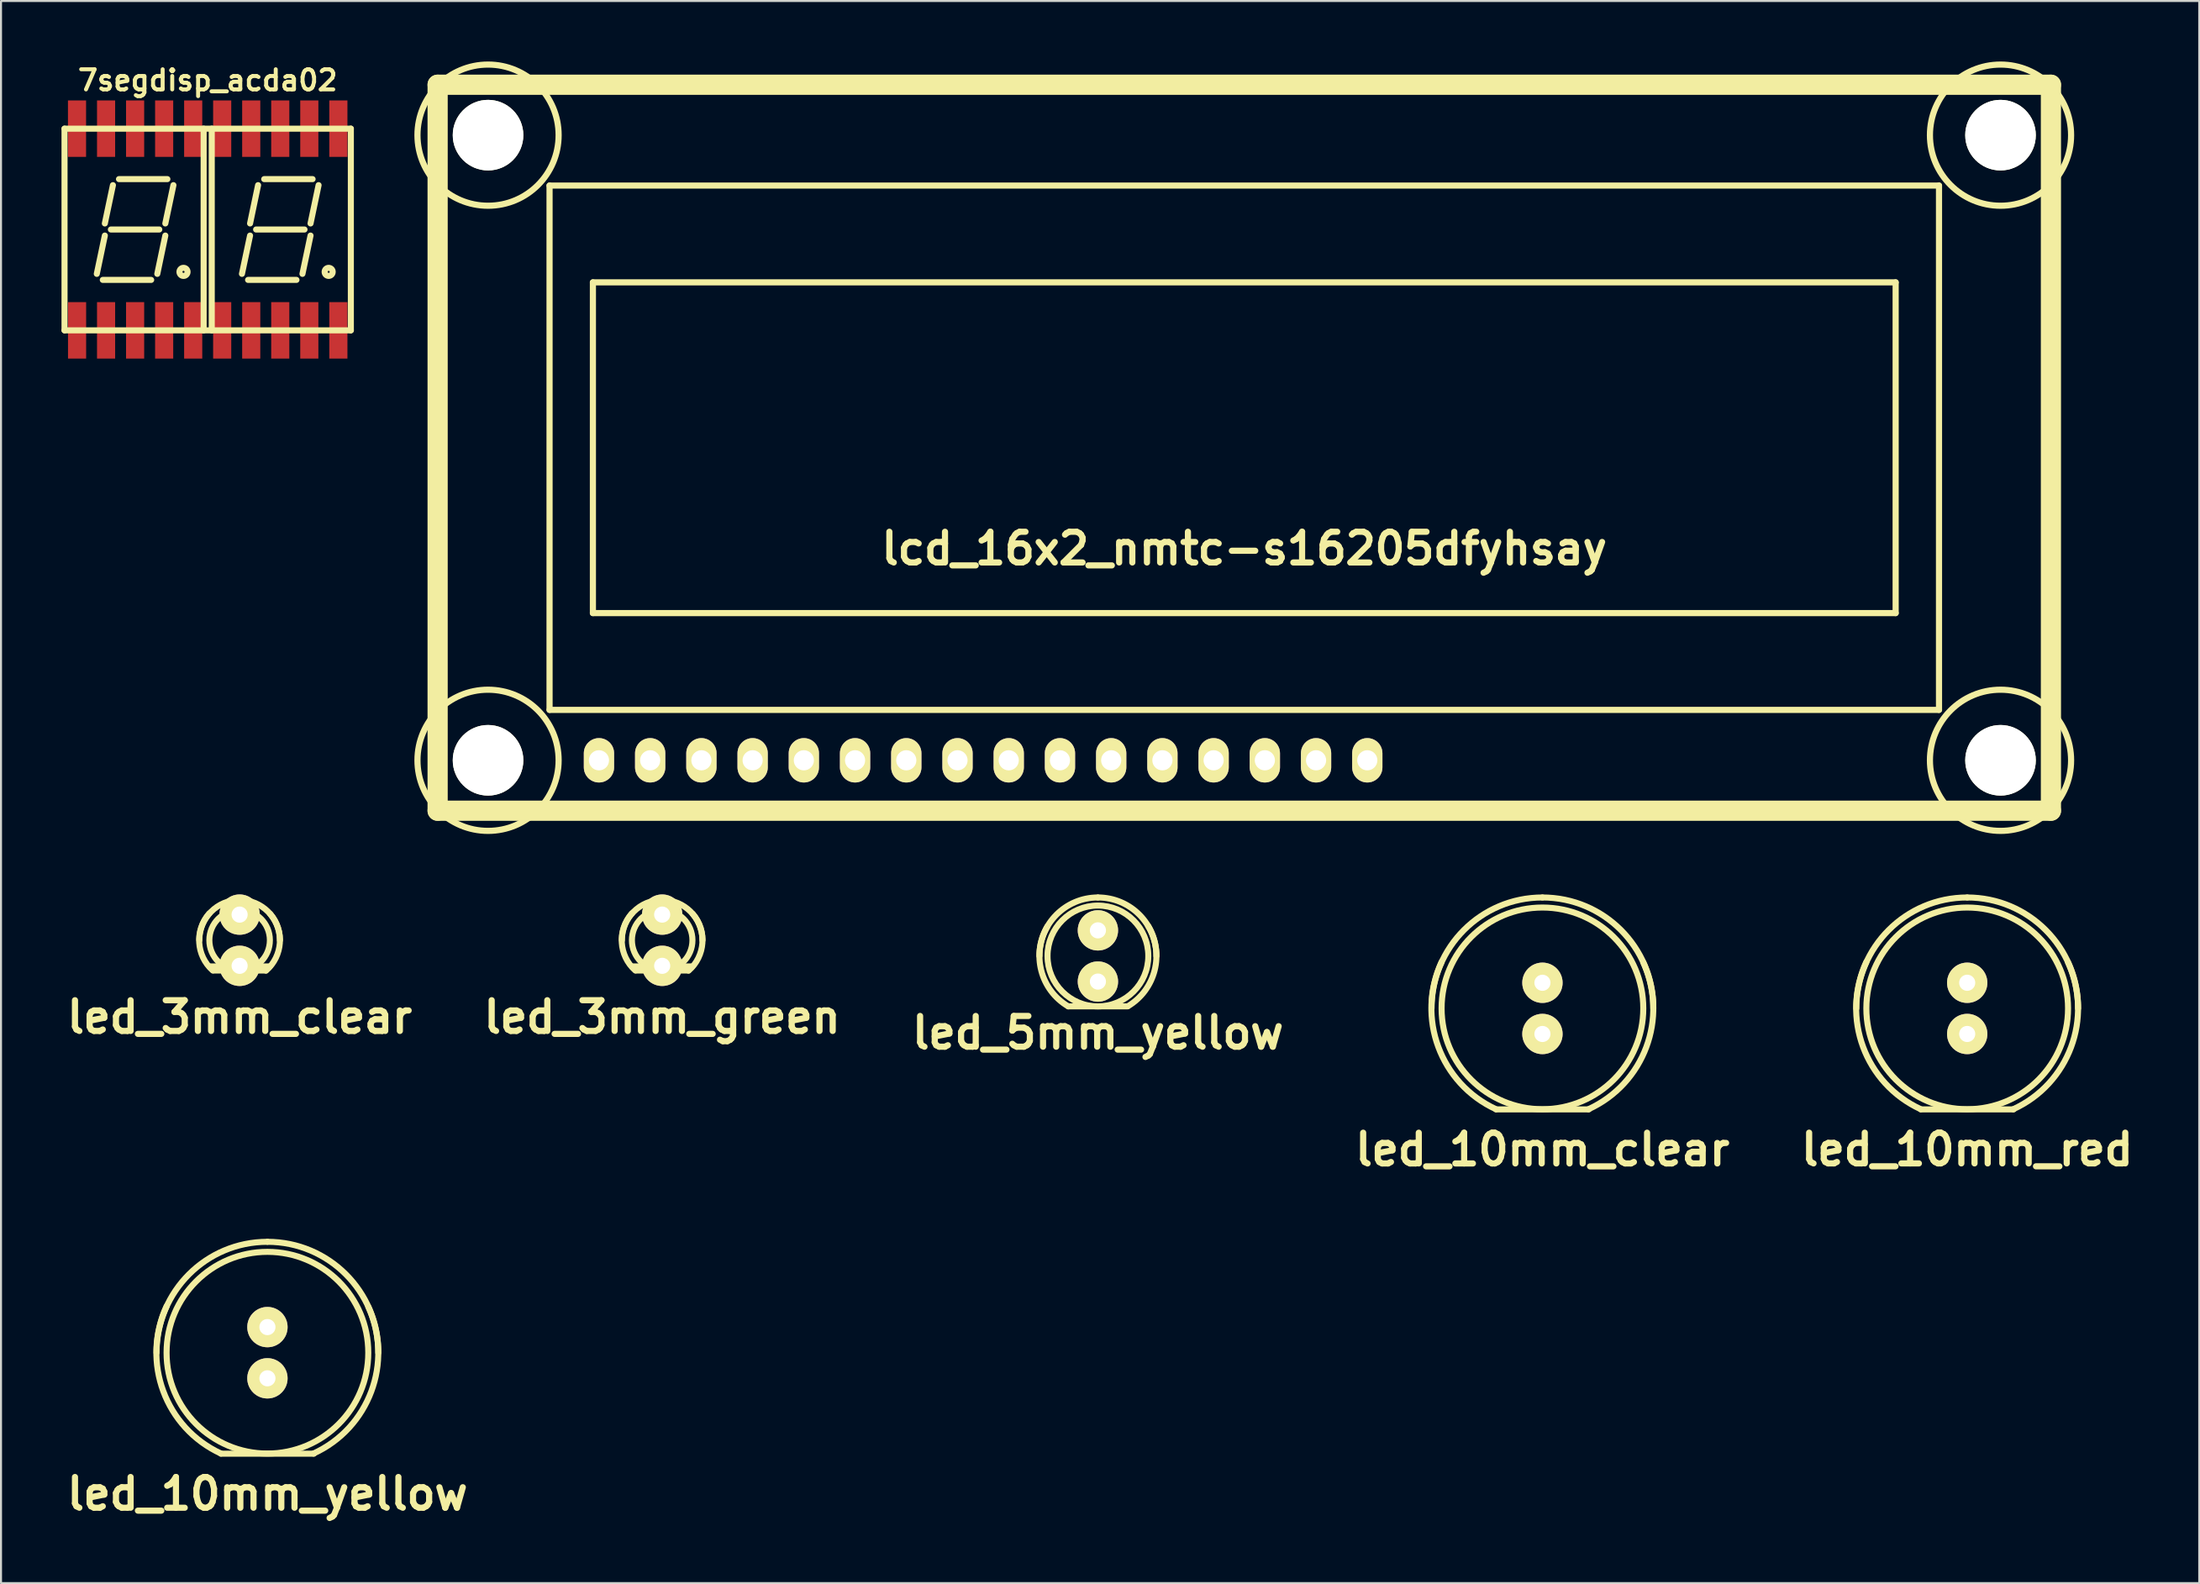
<source format=kicad_pcb>
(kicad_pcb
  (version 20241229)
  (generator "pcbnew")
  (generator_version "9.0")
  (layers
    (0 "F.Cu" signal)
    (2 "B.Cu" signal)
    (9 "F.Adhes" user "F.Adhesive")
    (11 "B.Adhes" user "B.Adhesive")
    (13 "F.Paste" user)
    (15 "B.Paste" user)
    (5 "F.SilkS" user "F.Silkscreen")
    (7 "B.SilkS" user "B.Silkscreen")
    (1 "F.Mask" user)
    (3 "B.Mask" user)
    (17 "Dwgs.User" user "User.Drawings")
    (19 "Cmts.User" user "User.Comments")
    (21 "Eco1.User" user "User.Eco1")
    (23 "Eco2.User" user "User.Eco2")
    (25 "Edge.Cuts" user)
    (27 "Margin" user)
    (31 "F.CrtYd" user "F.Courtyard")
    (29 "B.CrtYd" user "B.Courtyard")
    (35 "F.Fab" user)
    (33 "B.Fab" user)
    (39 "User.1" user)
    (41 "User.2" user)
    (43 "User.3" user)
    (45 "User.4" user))
  (footprint "7segdisp_acda02"
    (layer "F.Cu")
    (at 7.249 8.331)
    (property "Reference" "7segdisp_acda02" (at 0 -7.399 0) (layer "F.SilkS") (effects (font (size 0.998 0.998) (thickness 0.198))))
    (attr through_hole)
    (fp_line (start -7.099 -5.001) (end 7.099 -5.001) (stroke (width 0.3) (type solid)) (layer "F.SilkS"))
    (fp_line (start -7.099 5.001) (end -7.099 -5.001) (stroke (width 0.3) (type solid)) (layer "F.SilkS"))
    (fp_line (start -5.1 0.3) (end -5.499 2.2) (stroke (width 0.3) (type solid)) (layer "F.SilkS"))
    (fp_line (start -4.699 -2.2) (end -5.1 -0.3) (stroke (width 0.3) (type solid)) (layer "F.SilkS"))
    (fp_line (start -2.802 2.499) (end -5.202 2.499) (stroke (width 0.3) (type solid)) (layer "F.SilkS"))
    (fp_line (start -2.499 2.2) (end -2.101 0.3) (stroke (width 0.3) (type solid)) (layer "F.SilkS"))
    (fp_line (start -2.4 0) (end -4.801 0) (stroke (width 0.3) (type solid)) (layer "F.SilkS"))
    (fp_line (start -2.101 -0.3) (end -1.699 -2.2) (stroke (width 0.3) (type solid)) (layer "F.SilkS"))
    (fp_line (start -1.999 -2.499) (end -4.399 -2.499) (stroke (width 0.3) (type solid)) (layer "F.SilkS"))
    (fp_line (start -0.201 5.001) (end -0.201 -5.001) (stroke (width 0.3) (type solid)) (layer "F.SilkS"))
    (fp_line (start 0.201 -5.001) (end 0.201 5.001) (stroke (width 0.3) (type solid)) (layer "F.SilkS"))
    (fp_line (start 1.699 2.2) (end 2.101 0.3) (stroke (width 0.3) (type solid)) (layer "F.SilkS"))
    (fp_line (start 2.101 -0.3) (end 2.499 -2.2) (stroke (width 0.3) (type solid)) (layer "F.SilkS"))
    (fp_line (start 4.402 2.499) (end 2.002 2.499) (stroke (width 0.3) (type solid)) (layer "F.SilkS"))
    (fp_line (start 4.699 2.2) (end 5.1 0.3) (stroke (width 0.3) (type solid)) (layer "F.SilkS"))
    (fp_line (start 4.801 0) (end 2.4 0) (stroke (width 0.3) (type solid)) (layer "F.SilkS"))
    (fp_line (start 5.1 -0.3) (end 5.499 -2.2) (stroke (width 0.3) (type solid)) (layer "F.SilkS"))
    (fp_line (start 5.202 -2.499) (end 2.802 -2.499) (stroke (width 0.3) (type solid)) (layer "F.SilkS"))
    (fp_line (start 7.099 -5.001) (end 7.099 5.001) (stroke (width 0.3) (type solid)) (layer "F.SilkS"))
    (fp_line (start 7.099 5.001) (end -7.099 5.001) (stroke (width 0.3) (type solid)) (layer "F.SilkS"))
    (fp_circle (center -1.199 2.101) (end -1.4 2.101) (stroke (width 0.3) (type solid)) (fill no) (layer "F.SilkS"))
    (fp_circle (center 5.999 2.101) (end 5.799 2.101) (stroke (width 0.3) (type solid)) (fill no) (layer "F.SilkS"))
    (pad "1" smd rect (at -6.477 5.001) (size 0.899 2.799) (layers "F.Cu" "F.Mask" "F.Paste"))
    (pad "2" smd rect (at -5.039 5.001) (size 0.899 2.799) (layers "F.Cu" "F.Mask" "F.Paste"))
    (pad "3" smd rect (at -3.599 5.001) (size 0.899 2.799) (layers "F.Cu" "F.Mask" "F.Paste"))
    (pad "4" smd rect (at -2.159 5.001) (size 0.899 2.799) (layers "F.Cu" "F.Mask" "F.Paste"))
    (pad "5" smd rect (at -0.719 5.001) (size 0.899 2.799) (layers "F.Cu" "F.Mask" "F.Paste"))
    (pad "6" smd rect (at 0.719 5.001) (size 0.899 2.799) (layers "F.Cu" "F.Mask" "F.Paste"))
    (pad "7" smd rect (at 2.159 5.001) (size 0.899 2.799) (layers "F.Cu" "F.Mask" "F.Paste"))
    (pad "8" smd rect (at 3.599 5.001) (size 0.899 2.799) (layers "F.Cu" "F.Mask" "F.Paste"))
    (pad "9" smd rect (at 5.039 5.001) (size 0.899 2.799) (layers "F.Cu" "F.Mask" "F.Paste"))
    (pad "10" smd rect (at 6.48 5.001) (size 0.899 2.799) (layers "F.Cu" "F.Mask" "F.Paste"))
    (pad "11" smd rect (at 6.48 -5.001) (size 0.899 2.799) (layers "F.Cu" "F.Mask" "F.Paste"))
    (pad "12" smd rect (at 5.039 -5.001) (size 0.899 2.799) (layers "F.Cu" "F.Mask" "F.Paste"))
    (pad "13" smd rect (at 3.599 -5.001) (size 0.899 2.799) (layers "F.Cu" "F.Mask" "F.Paste"))
    (pad "14" smd rect (at 2.159 -5.001) (size 0.899 2.799) (layers "F.Cu" "F.Mask" "F.Paste"))
    (pad "15" smd rect (at 0.719 -5.001) (size 0.899 2.799) (layers "F.Cu" "F.Mask" "F.Paste"))
    (pad "16" smd rect (at -0.719 -5.001) (size 0.899 2.799) (layers "F.Cu" "F.Mask" "F.Paste"))
    (pad "17" smd rect (at -2.159 -5.001) (size 0.899 2.799) (layers "F.Cu" "F.Mask" "F.Paste"))
    (pad "18" smd rect (at -3.599 -5.001) (size 0.899 2.799) (layers "F.Cu" "F.Mask" "F.Paste"))
    (pad "19" smd rect (at -5.039 -5.001) (size 0.899 2.799) (layers "F.Cu" "F.Mask" "F.Paste"))
    (pad "20" smd rect (at -6.48 -5.001) (size 0.899 2.799) (layers "F.Cu" "F.Mask" "F.Paste")))
  (footprint "led_3mm_green"
    (layer "F.Cu")
    (at 29.786 43.574)
    (property "Reference" "led_3mm_green" (at 0 3.81 0) (layer "F.SilkS") (effects (font (size 1.524 1.524) (thickness 0.305))))
    (attr through_hole)
    (fp_line (start -1.501 1.3) (end 1.501 1.3) (stroke (width 0.3) (type solid)) (layer "F.SilkS"))
    (fp_line (start -1.3 1.501) (end 1.3 1.501) (stroke (width 0.3) (type solid)) (layer "F.SilkS"))
    (fp_arc (start -1.99898 0) (mid -1.413492 -1.413492) (end 0 -1.99898) (stroke (width 0.29972) (type solid)) (layer "F.SilkS"))
    (fp_arc (start -1.33096 1.50114) (mid -2.002597 0.120335) (end -1.50114 -1.33096) (stroke (width 0.29972) (type solid)) (layer "F.SilkS"))
    (fp_arc (start 0 -1.99898) (mid 1.413492 -1.413492) (end 1.99898 0) (stroke (width 0.29972) (type solid)) (layer "F.SilkS"))
    (fp_arc (start 1.50876 -1.31064) (mid 1.993617 0.140092) (end 1.31064 1.50876) (stroke (width 0.29972) (type solid)) (layer "F.SilkS"))
    (fp_circle (center 0 0) (end -1.501 0) (stroke (width 0.3) (type solid)) (fill no) (layer "F.SilkS"))
    (pad "1" thru_hole circle (at 0 -1.27) (size 1.999 1.999) (drill 0.8) (layers "*.Cu" "*.Mask" "F.SilkS"))
    (pad "2" thru_hole circle (at 0 1.27) (size 1.999 1.999) (drill 0.8) (layers "*.Cu" "*.Mask" "F.SilkS")))
  (footprint "led_10mm_yellow"
    (layer "F.Cu")
    (at 10.211 64.029)
    (property "Reference" "led_10mm_yellow" (at 0 6.998 0) (layer "F.SilkS") (effects (font (size 1.524 1.524) (thickness 0.305))))
    (attr through_hole)
    (fp_line (start -2.301 5.009) (end 2.301 5.009) (stroke (width 0.3) (type solid)) (layer "F.SilkS"))
    (fp_arc (start -5.4991 0) (mid -3.888451 -3.888451) (end 0 -5.4991) (stroke (width 0.29972) (type solid)) (layer "F.SilkS"))
    (fp_arc (start -2.30124 5.00126) (mid -5.163647 1.909202) (end -5.00126 -2.30124) (stroke (width 0.29972) (type solid)) (layer "F.SilkS"))
    (fp_arc (start 0 -5.4991) (mid 3.888451 -3.888451) (end 5.4991 0) (stroke (width 0.29972) (type solid)) (layer "F.SilkS"))
    (fp_arc (start 5.00126 -2.28092) (mid 5.149279 1.923571) (end 2.28092 5.00126) (stroke (width 0.29972) (type solid)) (layer "F.SilkS"))
    (fp_circle (center 0 0) (end -5.001 0) (stroke (width 0.3) (type solid)) (fill no) (layer "F.SilkS"))
    (pad "1" thru_hole circle (at 0 -1.27) (size 1.999 1.999) (drill 0.8) (layers "*.Cu" "*.Mask" "F.SilkS"))
    (pad "2" thru_hole circle (at 0 1.27) (size 1.999 1.999) (drill 0.8) (layers "*.Cu" "*.Mask" "F.SilkS")))
  (footprint "led_5mm_yellow"
    (layer "F.Cu")
    (at 51.393 44.355)
    (property "Reference" "led_5mm_yellow" (at 0 3.81 0) (layer "F.SilkS") (effects (font (size 1.524 1.524) (thickness 0.305))))
    (attr through_hole)
    (fp_line (start -1.471 2.499) (end 1.471 2.499) (stroke (width 0.3) (type solid)) (layer "F.SilkS"))
    (fp_arc (start -2.90068 0) (mid -2.05109 -2.05109) (end 0 -2.90068) (stroke (width 0.29972) (type solid)) (layer "F.SilkS"))
    (fp_arc (start -1.47066 2.49936) (mid -2.807228 0.727401) (end -2.49936 -1.47066) (stroke (width 0.29972) (type solid)) (layer "F.SilkS"))
    (fp_arc (start 0 -2.90068) (mid 2.05109 -2.05109) (end 2.90068 0) (stroke (width 0.29972) (type solid)) (layer "F.SilkS"))
    (fp_arc (start 2.4892 -1.49098) (mid 2.814412 0.705848) (end 1.49098 2.4892) (stroke (width 0.29972) (type solid)) (layer "F.SilkS"))
    (fp_circle (center 0 0) (end -2.499 0) (stroke (width 0.3) (type solid)) (fill no) (layer "F.SilkS"))
    (pad "1" thru_hole circle (at 0 -1.27) (size 1.999 1.999) (drill 0.8) (layers "*.Cu" "*.Mask" "F.SilkS"))
    (pad "2" thru_hole circle (at 0 1.27) (size 1.999 1.999) (drill 0.8) (layers "*.Cu" "*.Mask" "F.SilkS")))
  (footprint "led_10mm_red"
    (layer "F.Cu")
    (at 94.499 46.954)
    (property "Reference" "led_10mm_red" (at 0 6.998 0) (layer "F.SilkS") (effects (font (size 1.524 1.524) (thickness 0.305))))
    (attr through_hole)
    (fp_line (start -2.301 5.009) (end 2.301 5.009) (stroke (width 0.3) (type solid)) (layer "F.SilkS"))
    (fp_arc (start -5.4991 0) (mid -3.888451 -3.888451) (end 0 -5.4991) (stroke (width 0.29972) (type solid)) (layer "F.SilkS"))
    (fp_arc (start -2.30124 5.00126) (mid -5.163647 1.909202) (end -5.00126 -2.30124) (stroke (width 0.29972) (type solid)) (layer "F.SilkS"))
    (fp_arc (start 0 -5.4991) (mid 3.888451 -3.888451) (end 5.4991 0) (stroke (width 0.29972) (type solid)) (layer "F.SilkS"))
    (fp_arc (start 5.00126 -2.28092) (mid 5.149279 1.923571) (end 2.28092 5.00126) (stroke (width 0.29972) (type solid)) (layer "F.SilkS"))
    (fp_circle (center 0 0) (end -5.001 0) (stroke (width 0.3) (type solid)) (fill no) (layer "F.SilkS"))
    (pad "1" thru_hole circle (at 0 -1.27) (size 1.999 1.999) (drill 0.8) (layers "*.Cu" "*.Mask" "F.SilkS"))
    (pad "2" thru_hole circle (at 0 1.27) (size 1.999 1.999) (drill 0.8) (layers "*.Cu" "*.Mask" "F.SilkS")))
  (footprint "led_3mm_clear"
    (layer "F.Cu")
    (at 8.832 43.574)
    (property "Reference" "led_3mm_clear" (at 0 3.81 0) (layer "F.SilkS") (effects (font (size 1.524 1.524) (thickness 0.305))))
    (attr through_hole)
    (fp_line (start -1.501 1.3) (end 1.501 1.3) (stroke (width 0.3) (type solid)) (layer "F.SilkS"))
    (fp_line (start -1.3 1.501) (end 1.3 1.501) (stroke (width 0.3) (type solid)) (layer "F.SilkS"))
    (fp_arc (start -1.99898 0) (mid -1.413492 -1.413492) (end 0 -1.99898) (stroke (width 0.29972) (type solid)) (layer "F.SilkS"))
    (fp_arc (start -1.33096 1.50114) (mid -2.002597 0.120335) (end -1.50114 -1.33096) (stroke (width 0.29972) (type solid)) (layer "F.SilkS"))
    (fp_arc (start 0 -1.99898) (mid 1.413492 -1.413492) (end 1.99898 0) (stroke (width 0.29972) (type solid)) (layer "F.SilkS"))
    (fp_arc (start 1.50876 -1.31064) (mid 1.993617 0.140092) (end 1.31064 1.50876) (stroke (width 0.29972) (type solid)) (layer "F.SilkS"))
    (fp_circle (center 0 0) (end -1.501 0) (stroke (width 0.3) (type solid)) (fill no) (layer "F.SilkS"))
    (pad "1" thru_hole circle (at 0 -1.27) (size 1.999 1.999) (drill 0.8) (layers "*.Cu" "*.Mask" "F.SilkS"))
    (pad "2" thru_hole circle (at 0 1.27) (size 1.999 1.999) (drill 0.8) (layers "*.Cu" "*.Mask" "F.SilkS")))
  (footprint "led_10mm_clear"
    (layer "F.Cu")
    (at 73.436 46.954)
    (property "Reference" "led_10mm_clear" (at 0 7 0) (layer "F.SilkS") (effects (font (size 1.524 1.524) (thickness 0.305))))
    (attr through_hole)
    (fp_line (start -2.301 5.009) (end 2.301 5.009) (stroke (width 0.3) (type solid)) (layer "F.SilkS"))
    (fp_arc (start -5.4991 0) (mid -3.888451 -3.888451) (end 0 -5.4991) (stroke (width 0.29972) (type solid)) (layer "F.SilkS"))
    (fp_arc (start -2.30124 5.00126) (mid -5.163647 1.909202) (end -5.00126 -2.30124) (stroke (width 0.29972) (type solid)) (layer "F.SilkS"))
    (fp_arc (start 0 -5.4991) (mid 3.888451 -3.888451) (end 5.4991 0) (stroke (width 0.29972) (type solid)) (layer "F.SilkS"))
    (fp_arc (start 5.00126 -2.28092) (mid 5.149279 1.923571) (end 2.28092 5.00126) (stroke (width 0.29972) (type solid)) (layer "F.SilkS"))
    (fp_circle (center 0 0) (end -5.001 0) (stroke (width 0.3) (type solid)) (fill no) (layer "F.SilkS"))
    (pad "1" thru_hole circle (at 0 -1.27) (size 1.999 1.999) (drill 0.8) (layers "*.Cu" "*.Mask" "F.SilkS"))
    (pad "2" thru_hole circle (at 0 1.27) (size 1.999 1.999) (drill 0.8) (layers "*.Cu" "*.Mask" "F.SilkS")))
  (footprint "lcd_16x2_nmtc-s16205dfyhsay"
    (layer "F.Cu")
    (at 58.651 19.152)
    (property "Reference" "lcd_16x2_nmtc-s16205dfyhsay" (at 0 5.001 0) (layer "F.SilkS") (effects (font (size 1.524 1.524) (thickness 0.305))))
    (attr through_hole)
    (fp_line (start -40 -18) (end 40 -18) (stroke (width 1.001) (type solid)) (layer "F.SilkS"))
    (fp_line (start -40 18) (end -40 -18) (stroke (width 1.001) (type solid)) (layer "F.SilkS"))
    (fp_line (start -34.45 -13) (end 34.45 -13) (stroke (width 0.305) (type solid)) (layer "F.SilkS"))
    (fp_line (start -34.45 13) (end -34.45 -13) (stroke (width 0.305) (type solid)) (layer "F.SilkS"))
    (fp_line (start -32.3 -8.2) (end -32.3 8.2) (stroke (width 0.305) (type solid)) (layer "F.SilkS"))
    (fp_line (start -32.3 8.2) (end 32.3 8.2) (stroke (width 0.305) (type solid)) (layer "F.SilkS"))
    (fp_line (start 32.3 -8.2) (end -32.3 -8.2) (stroke (width 0.305) (type solid)) (layer "F.SilkS"))
    (fp_line (start 32.3 8.2) (end 32.3 -8.2) (stroke (width 0.305) (type solid)) (layer "F.SilkS"))
    (fp_line (start 34.45 -13) (end 34.45 13) (stroke (width 0.305) (type solid)) (layer "F.SilkS"))
    (fp_line (start 34.45 13) (end -34.45 13) (stroke (width 0.305) (type solid)) (layer "F.SilkS"))
    (fp_line (start 40 -18) (end 40 18) (stroke (width 1.001) (type solid)) (layer "F.SilkS"))
    (fp_line (start 40 18) (end -40 18) (stroke (width 1.001) (type solid)) (layer "F.SilkS"))
    (fp_circle (center -37.5 -15.5) (end -41 -15.5) (stroke (width 0.305) (type solid)) (fill no) (layer "F.SilkS"))
    (fp_circle (center -37.5 15.5) (end -41 15.5) (stroke (width 0.305) (type solid)) (fill no) (layer "F.SilkS"))
    (fp_circle (center 37.5 -15.5) (end 41 -15.5) (stroke (width 0.305) (type solid)) (fill no) (layer "F.SilkS"))
    (fp_circle (center 37.5 15.5) (end 41 15.5) (stroke (width 0.305) (type solid)) (fill no) (layer "F.SilkS"))
    (pad "" np_thru_hole circle (at -37.5 -15.5) (size 3.5 3.5) (drill 3.5) (layers "*.Cu" "*.Mask" "F.SilkS"))
    (pad "" np_thru_hole circle (at -37.5 15.5) (size 3.5 3.5) (drill 3.5) (layers "*.Cu" "*.Mask" "F.SilkS"))
    (pad "" np_thru_hole circle (at 37.5 -15.5) (size 3.5 3.5) (drill 3.5) (layers "*.Cu" "*.Mask" "F.SilkS"))
    (pad "" np_thru_hole circle (at 37.5 15.5) (size 3.5 3.5) (drill 3.5) (layers "*.Cu" "*.Mask" "F.SilkS"))
    (pad "1" thru_hole oval (at -32 15.5) (size 1.5 2.2) (drill 1) (layers "*.Cu" "*.Mask" "F.SilkS"))
    (pad "2" thru_hole oval (at -29.46 15.5) (size 1.5 2.2) (drill 1) (layers "*.Cu" "*.Mask" "F.SilkS"))
    (pad "3" thru_hole oval (at -26.92 15.5) (size 1.5 2.2) (drill 1) (layers "*.Cu" "*.Mask" "F.SilkS"))
    (pad "4" thru_hole oval (at -24.38 15.5) (size 1.5 2.2) (drill 1) (layers "*.Cu" "*.Mask" "F.SilkS"))
    (pad "5" thru_hole oval (at -21.84 15.5) (size 1.5 2.2) (drill 1) (layers "*.Cu" "*.Mask" "F.SilkS"))
    (pad "6" thru_hole oval (at -19.3 15.5) (size 1.5 2.2) (drill 1) (layers "*.Cu" "*.Mask" "F.SilkS"))
    (pad "7" thru_hole oval (at -16.76 15.5) (size 1.5 2.2) (drill 1) (layers "*.Cu" "*.Mask" "F.SilkS"))
    (pad "8" thru_hole oval (at -14.22 15.5) (size 1.5 2.2) (drill 1) (layers "*.Cu" "*.Mask" "F.SilkS"))
    (pad "9" thru_hole oval (at -11.68 15.5) (size 1.5 2.2) (drill 1) (layers "*.Cu" "*.Mask" "F.SilkS"))
    (pad "10" thru_hole oval (at -9.14 15.5) (size 1.5 2.2) (drill 1) (layers "*.Cu" "*.Mask" "F.SilkS"))
    (pad "11" thru_hole oval (at -6.6 15.5) (size 1.5 2.2) (drill 1) (layers "*.Cu" "*.Mask" "F.SilkS"))
    (pad "12" thru_hole oval (at -4.06 15.5) (size 1.5 2.2) (drill 1) (layers "*.Cu" "*.Mask" "F.SilkS"))
    (pad "13" thru_hole oval (at -1.52 15.5) (size 1.5 2.2) (drill 1) (layers "*.Cu" "*.Mask" "F.SilkS"))
    (pad "14" thru_hole oval (at 1.02 15.5) (size 1.5 2.2) (drill 1) (layers "*.Cu" "*.Mask" "F.SilkS"))
    (pad "15" thru_hole oval (at 3.56 15.5) (size 1.5 2.2) (drill 1) (layers "*.Cu" "*.Mask" "F.SilkS"))
    (pad "16" thru_hole oval (at 6.1 15.5) (size 1.5 2.2) (drill 1) (layers "*.Cu" "*.Mask" "F.SilkS")))
  (gr_rect
    (start -3 -3)
    (end 106.005 75.454)
    (stroke (width 0.1) (type default))
    (fill no)
    (layer "Edge.Cuts")))
</source>
